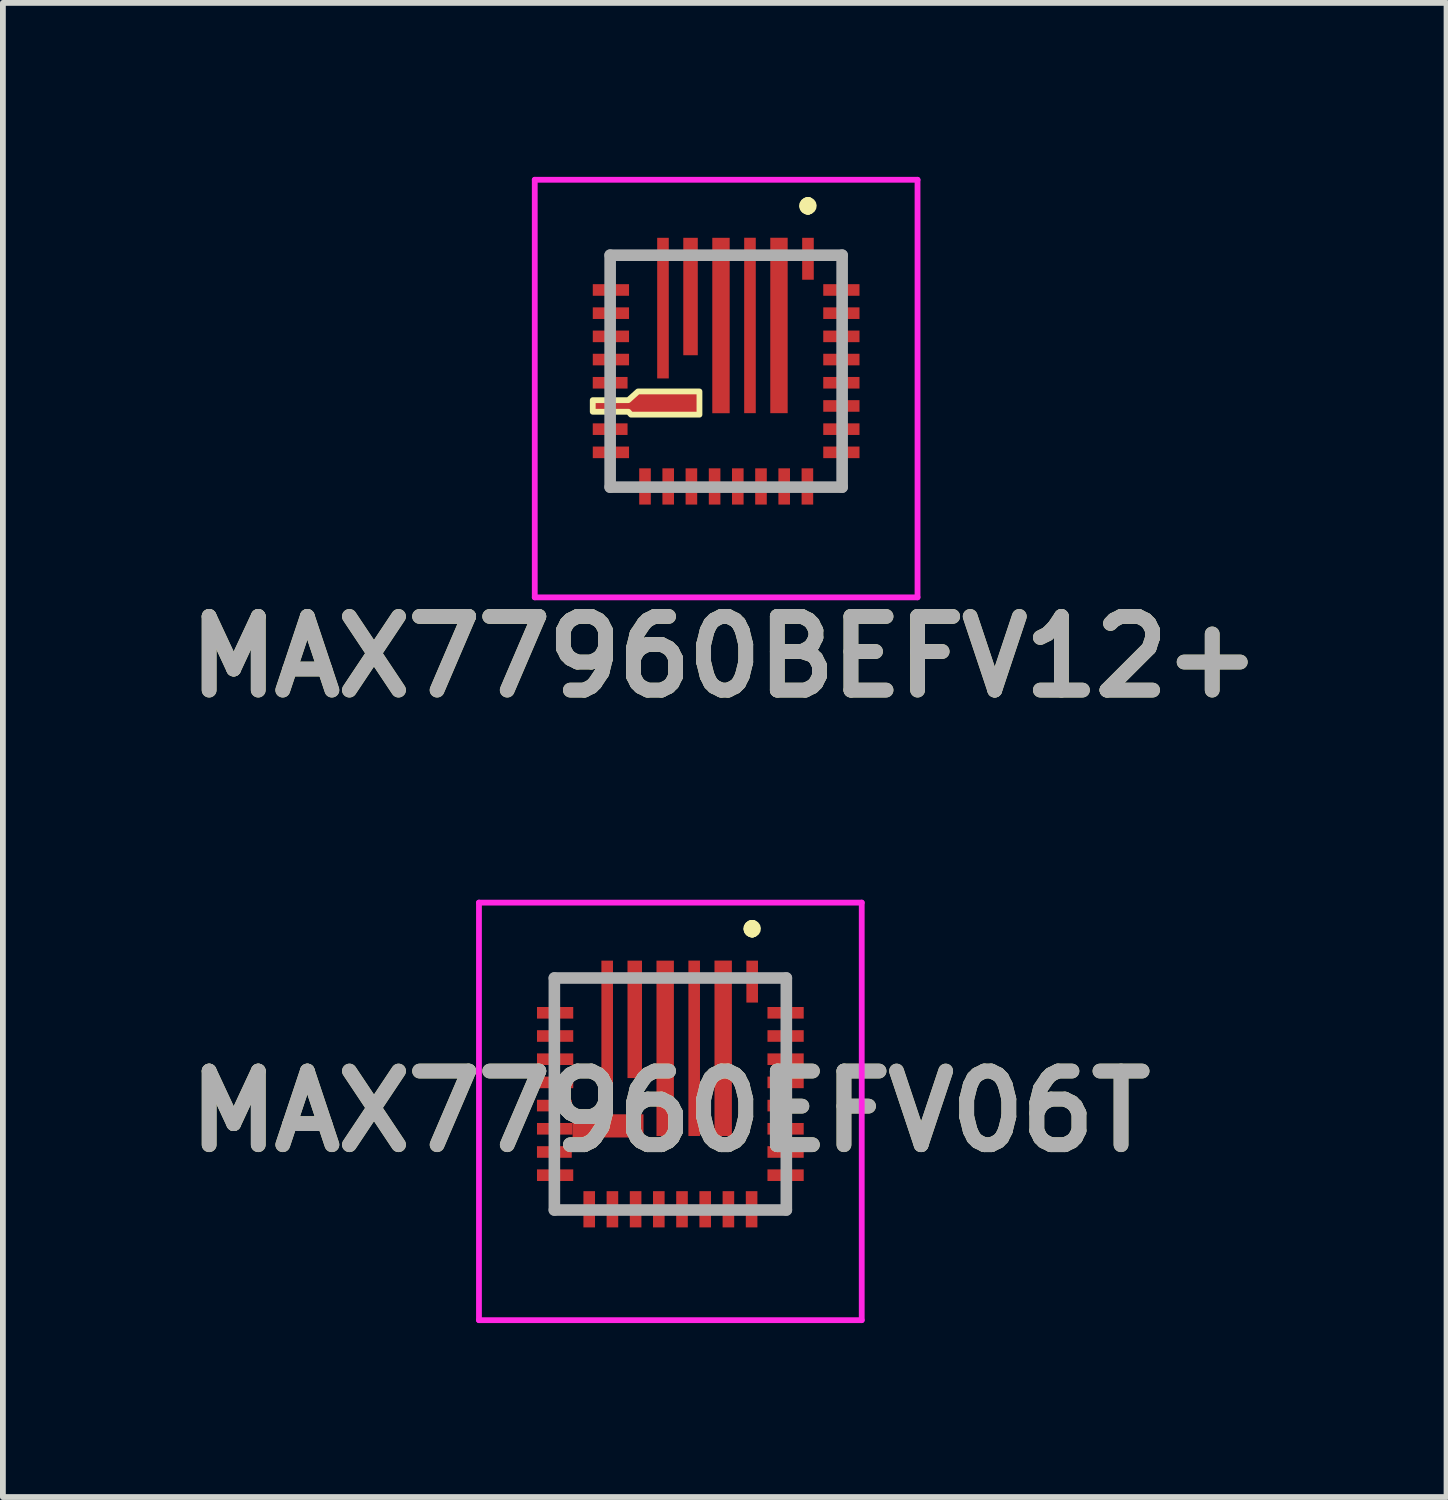
<source format=kicad_pcb>
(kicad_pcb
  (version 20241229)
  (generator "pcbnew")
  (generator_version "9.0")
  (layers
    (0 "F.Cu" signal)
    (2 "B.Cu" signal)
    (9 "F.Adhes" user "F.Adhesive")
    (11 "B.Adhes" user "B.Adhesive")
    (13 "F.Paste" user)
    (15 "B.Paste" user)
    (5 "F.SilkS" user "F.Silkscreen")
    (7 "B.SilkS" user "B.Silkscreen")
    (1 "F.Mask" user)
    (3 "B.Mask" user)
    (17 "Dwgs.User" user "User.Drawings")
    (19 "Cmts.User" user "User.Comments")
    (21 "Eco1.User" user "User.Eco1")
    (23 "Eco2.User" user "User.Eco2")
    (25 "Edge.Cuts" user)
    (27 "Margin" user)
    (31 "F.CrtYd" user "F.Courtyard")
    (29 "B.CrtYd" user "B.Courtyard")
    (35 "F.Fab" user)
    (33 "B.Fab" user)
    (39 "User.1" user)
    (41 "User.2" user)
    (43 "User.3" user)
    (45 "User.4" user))
  (footprint "MAX77960BEFV12+"
    (layer "F.Cu")
    (at 9.471 3.35)
    (property "Reference" "MAX77960BEFV12+" (at -0.025 4.925 0) (layer "F.SilkS") (effects (font (size 1.27 1.27) (thickness 0.254))))
    (attr smd)
    (fp_line (start -2 -2) (end -2 -2) (stroke (width 0.1) (type solid)) (layer "F.SilkS"))
    (fp_line (start -2 -2) (end -1.75 -2) (stroke (width 0.1) (type solid)) (layer "F.SilkS"))
    (fp_line (start -1.75 -2) (end -2 -2) (stroke (width 0.1) (type solid)) (layer "F.SilkS"))
    (fp_line (start -1.75 -2) (end -1.75 -2) (stroke (width 0.1) (type solid)) (layer "F.SilkS"))
    (fp_line (start 1.411 -2.9) (end 1.411 -2.9) (stroke (width 0.2) (type solid)) (layer "F.SilkS"))
    (fp_line (start 1.411 -2.9) (end 1.411 -2.9) (stroke (width 0.2) (type solid)) (layer "F.SilkS"))
    (fp_line (start 1.411 -2.8) (end 1.411 -2.8) (stroke (width 0.2) (type solid)) (layer "F.SilkS"))
    (fp_arc (start 1.411 -2.9) (mid 1.461 -2.85) (end 1.411 -2.8) (stroke (width 0.2) (type solid)) (layer "F.SilkS"))
    (fp_arc (start 1.411 -2.8) (mid 1.361 -2.85) (end 1.411 -2.9) (stroke (width 0.2) (type solid)) (layer "F.SilkS"))
    (fp_arc (start 1.411 -2.8) (mid 1.361 -2.85) (end 1.411 -2.9) (stroke (width 0.2) (type solid)) (layer "F.SilkS"))
    (fp_poly (pts (xy -0.46 0.75) (xy -1.64 0.75) (xy -1.685 0.7) (xy -2.3 0.7) (xy -2.3 0.5) (xy -1.687 0.5) (xy -1.52 0.35) (xy -0.46 0.35)) (stroke (width 0.1) (type solid)) (fill no) (layer "F.SilkS"))
    (fp_line (start -3.3 -3.3) (end 3.3 -3.3) (stroke (width 0.1) (type solid)) (layer "F.CrtYd"))
    (fp_line (start -3.3 3.9) (end -3.3 -3.3) (stroke (width 0.1) (type solid)) (layer "F.CrtYd"))
    (fp_line (start 3.3 -3.3) (end 3.3 3.9) (stroke (width 0.1) (type solid)) (layer "F.CrtYd"))
    (fp_line (start 3.3 3.9) (end -3.3 3.9) (stroke (width 0.1) (type solid)) (layer "F.CrtYd"))
    (fp_line (start -2 -2) (end -2 2) (stroke (width 0.2) (type solid)) (layer "F.Fab"))
    (fp_line (start -2 2) (end 2 2) (stroke (width 0.2) (type solid)) (layer "F.Fab"))
    (fp_line (start 2 -2) (end -2 -2) (stroke (width 0.2) (type solid)) (layer "F.Fab"))
    (fp_line (start 2 2) (end 2 -2) (stroke (width 0.2) (type solid)) (layer "F.Fab"))
    (fp_text user "${REFERENCE}" (at -0.025 4.925 0) (layer "F.Fab") (effects (font (size 1.27 1.27) (thickness 0.254))))
    (pad "1" smd rect (at 1.411 -1.938) (size 0.2 0.723) (layers "F.Cu" "F.Mask" "F.Paste"))
    (pad "2" smd rect (at 0.911 -0.788) (size 0.3 3.025) (layers "F.Cu" "F.Mask" "F.Paste"))
    (pad "3" smd rect (at 0.411 -0.788) (size 0.2 3.025) (layers "F.Cu" "F.Mask" "F.Paste"))
    (pad "4" smd rect (at -0.089 -0.787) (size 0.3 3.025) (layers "F.Cu" "F.Mask" "F.Paste"))
    (pad "5" smd rect (at -0.614 -1.287) (size 0.25 2.025) (layers "F.Cu" "F.Mask" "F.Paste"))
    (pad "6" smd rect (at -1.089 -1.087) (size 0.2 2.425) (layers "F.Cu" "F.Mask" "F.Paste"))
    (pad "7" smd rect (at -1.987 -1.4 90) (size 0.2 0.625) (layers "F.Cu" "F.Mask" "F.Paste"))
    (pad "8" smd rect (at -1.987 -1 90) (size 0.2 0.625) (layers "F.Cu" "F.Mask" "F.Paste"))
    (pad "9" smd rect (at -1.987 -0.6 90) (size 0.2 0.625) (layers "F.Cu" "F.Mask" "F.Paste"))
    (pad "10" smd rect (at -1.987 -0.2 90) (size 0.2 0.625) (layers "F.Cu" "F.Mask" "F.Paste"))
    (pad "11" smd rect (at -2 0.2 90) (size 0.2 0.6) (layers "F.Cu" "F.Mask" "F.Paste"))
    (pad "12" smd custom (at -1.49 0.5) (size 0.025 0.025) (layers "F.Cu" "F.Mask" "F.Paste") (options (anchor rect)) (primitives (gr_poly (pts (xy 1.026 0.25) (xy -0.153 0.25) (xy -0.199 0.2) (xy -0.814 0.2) (xy -0.814 0) (xy -0.2 0) (xy -0.034 -0.15) (xy 1.026 -0.15)) (width 0.001) (fill yes))))
    (pad "13" smd rect (at -2 1 90) (size 0.2 0.6) (layers "F.Cu" "F.Mask" "F.Paste"))
    (pad "14" smd rect (at -1.987 1.4 90) (size 0.2 0.625) (layers "F.Cu" "F.Mask" "F.Paste"))
    (pad "15" smd rect (at -1.399 1.988) (size 0.2 0.625) (layers "F.Cu" "F.Mask" "F.Paste"))
    (pad "16" smd rect (at -0.999 1.988) (size 0.2 0.625) (layers "F.Cu" "F.Mask" "F.Paste"))
    (pad "17" smd rect (at -0.599 1.988) (size 0.2 0.625) (layers "F.Cu" "F.Mask" "F.Paste"))
    (pad "18" smd rect (at -0.199 1.988) (size 0.2 0.625) (layers "F.Cu" "F.Mask" "F.Paste"))
    (pad "19" smd rect (at 0.201 1.988) (size 0.2 0.625) (layers "F.Cu" "F.Mask" "F.Paste"))
    (pad "20" smd rect (at 0.601 1.988) (size 0.2 0.625) (layers "F.Cu" "F.Mask" "F.Paste"))
    (pad "21" smd rect (at 1.001 1.988) (size 0.2 0.625) (layers "F.Cu" "F.Mask" "F.Paste"))
    (pad "22" smd rect (at 1.401 1.988) (size 0.2 0.625) (layers "F.Cu" "F.Mask" "F.Paste"))
    (pad "23" smd rect (at 1.987 1.4 90) (size 0.2 0.625) (layers "F.Cu" "F.Mask" "F.Paste"))
    (pad "24" smd rect (at 1.987 1 90) (size 0.2 0.625) (layers "F.Cu" "F.Mask" "F.Paste"))
    (pad "25" smd rect (at 1.987 0.6 90) (size 0.2 0.625) (layers "F.Cu" "F.Mask" "F.Paste"))
    (pad "26" smd rect (at 1.987 0.2 90) (size 0.2 0.625) (layers "F.Cu" "F.Mask" "F.Paste"))
    (pad "27" smd rect (at 1.987 -0.2 90) (size 0.2 0.625) (layers "F.Cu" "F.Mask" "F.Paste"))
    (pad "28" smd rect (at 1.987 -0.6 90) (size 0.2 0.625) (layers "F.Cu" "F.Mask" "F.Paste"))
    (pad "29" smd rect (at 1.987 -1 90) (size 0.2 0.625) (layers "F.Cu" "F.Mask" "F.Paste"))
    (pad "30" smd rect (at 1.987 -1.4 90) (size 0.2 0.625) (layers "F.Cu" "F.Mask" "F.Paste")))
  (footprint "MAX77960EFV06T"
    (layer "F.Cu")
    (at 8.509 15.814)
    (property "Reference" "MAX77960EFV06T" (at 0 0.3 0) (layer "F.SilkS") (effects (font (size 1.27 1.27) (thickness 0.254))))
    (attr smd)
    (fp_line (start -2 -2) (end -2 -2) (stroke (width 0.1) (type solid)) (layer "F.SilkS"))
    (fp_line (start -2 -2) (end -1.75 -2) (stroke (width 0.1) (type solid)) (layer "F.SilkS"))
    (fp_line (start -1.75 -2) (end -2 -2) (stroke (width 0.1) (type solid)) (layer "F.SilkS"))
    (fp_line (start -1.75 -2) (end -1.75 -2) (stroke (width 0.1) (type solid)) (layer "F.SilkS"))
    (fp_line (start 1.411 -2.9) (end 1.411 -2.9) (stroke (width 0.2) (type solid)) (layer "F.SilkS"))
    (fp_line (start 1.411 -2.9) (end 1.411 -2.9) (stroke (width 0.2) (type solid)) (layer "F.SilkS"))
    (fp_line (start 1.411 -2.8) (end 1.411 -2.8) (stroke (width 0.2) (type solid)) (layer "F.SilkS"))
    (fp_arc (start 1.411 -2.9) (mid 1.461 -2.85) (end 1.411 -2.8) (stroke (width 0.2) (type solid)) (layer "F.SilkS"))
    (fp_arc (start 1.411 -2.8) (mid 1.361 -2.85) (end 1.411 -2.9) (stroke (width 0.2) (type solid)) (layer "F.SilkS"))
    (fp_arc (start 1.411 -2.8) (mid 1.361 -2.85) (end 1.411 -2.9) (stroke (width 0.2) (type solid)) (layer "F.SilkS"))
    (fp_line (start -3.3 -3.3) (end 3.3 -3.3) (stroke (width 0.1) (type solid)) (layer "F.CrtYd"))
    (fp_line (start -3.3 3.9) (end -3.3 -3.3) (stroke (width 0.1) (type solid)) (layer "F.CrtYd"))
    (fp_line (start 3.3 -3.3) (end 3.3 3.9) (stroke (width 0.1) (type solid)) (layer "F.CrtYd"))
    (fp_line (start 3.3 3.9) (end -3.3 3.9) (stroke (width 0.1) (type solid)) (layer "F.CrtYd"))
    (fp_line (start -2 -2) (end -2 2) (stroke (width 0.2) (type solid)) (layer "F.Fab"))
    (fp_line (start -2 2) (end 2 2) (stroke (width 0.2) (type solid)) (layer "F.Fab"))
    (fp_line (start 2 -2) (end -2 -2) (stroke (width 0.2) (type solid)) (layer "F.Fab"))
    (fp_line (start 2 2) (end 2 -2) (stroke (width 0.2) (type solid)) (layer "F.Fab"))
    (fp_text user "${REFERENCE}" (at 0 0.3 0) (layer "F.Fab") (effects (font (size 1.27 1.27) (thickness 0.254))))
    (pad "1" smd rect (at 1.411 -1.938) (size 0.2 0.723) (layers "F.Cu" "F.Mask" "F.Paste"))
    (pad "2" smd rect (at 0.911 -0.788) (size 0.3 3.025) (layers "F.Cu" "F.Mask" "F.Paste"))
    (pad "3" smd rect (at 0.411 -0.788) (size 0.2 3.025) (layers "F.Cu" "F.Mask" "F.Paste"))
    (pad "4" smd rect (at -0.089 -0.787) (size 0.3 3.025) (layers "F.Cu" "F.Mask" "F.Paste"))
    (pad "5" smd rect (at -0.614 -1.287) (size 0.25 2.025) (layers "F.Cu" "F.Mask" "F.Paste"))
    (pad "6" smd rect (at -1.089 -1.087) (size 0.2 2.425) (layers "F.Cu" "F.Mask" "F.Paste"))
    (pad "7" smd rect (at -1.987 -1.4 90) (size 0.2 0.625) (layers "F.Cu" "F.Mask" "F.Paste"))
    (pad "8" smd rect (at -1.987 -1 90) (size 0.2 0.625) (layers "F.Cu" "F.Mask" "F.Paste"))
    (pad "9" smd rect (at -1.987 -0.6 90) (size 0.2 0.625) (layers "F.Cu" "F.Mask" "F.Paste"))
    (pad "10" smd rect (at -1.987 -0.2 90) (size 0.2 0.625) (layers "F.Cu" "F.Mask" "F.Paste"))
    (pad "11" smd rect (at -2 0.2 90) (size 0.2 0.6) (layers "F.Cu" "F.Mask" "F.Paste"))
    (pad "12" smd rect (at -1.993 0.6 90) (size 0.2 0.613) (layers "F.Cu" "F.Mask" "F.Paste"))
    (pad "13" smd rect (at -2 1 90) (size 0.2 0.6) (layers "F.Cu" "F.Mask" "F.Paste"))
    (pad "14" smd rect (at -1.987 1.4 90) (size 0.2 0.625) (layers "F.Cu" "F.Mask" "F.Paste"))
    (pad "15" smd rect (at -1.399 1.988) (size 0.2 0.625) (layers "F.Cu" "F.Mask" "F.Paste"))
    (pad "16" smd rect (at -0.999 1.988) (size 0.2 0.625) (layers "F.Cu" "F.Mask" "F.Paste"))
    (pad "17" smd rect (at -0.599 1.988) (size 0.2 0.625) (layers "F.Cu" "F.Mask" "F.Paste"))
    (pad "18" smd rect (at -0.199 1.988) (size 0.2 0.625) (layers "F.Cu" "F.Mask" "F.Paste"))
    (pad "19" smd rect (at 0.201 1.988) (size 0.2 0.625) (layers "F.Cu" "F.Mask" "F.Paste"))
    (pad "20" smd rect (at 0.601 1.988) (size 0.2 0.625) (layers "F.Cu" "F.Mask" "F.Paste"))
    (pad "21" smd rect (at 1.001 1.988) (size 0.2 0.625) (layers "F.Cu" "F.Mask" "F.Paste"))
    (pad "22" smd rect (at 1.401 1.988) (size 0.2 0.625) (layers "F.Cu" "F.Mask" "F.Paste"))
    (pad "23" smd rect (at 1.987 1.4 90) (size 0.2 0.625) (layers "F.Cu" "F.Mask" "F.Paste"))
    (pad "24" smd rect (at 1.987 1 90) (size 0.2 0.625) (layers "F.Cu" "F.Mask" "F.Paste"))
    (pad "25" smd rect (at 1.987 0.6 90) (size 0.2 0.625) (layers "F.Cu" "F.Mask" "F.Paste"))
    (pad "26" smd rect (at 1.987 0.2 90) (size 0.2 0.625) (layers "F.Cu" "F.Mask" "F.Paste"))
    (pad "27" smd rect (at 1.987 -0.2 90) (size 0.2 0.625) (layers "F.Cu" "F.Mask" "F.Paste"))
    (pad "28" smd rect (at 1.987 -0.6 90) (size 0.2 0.625) (layers "F.Cu" "F.Mask" "F.Paste"))
    (pad "29" smd rect (at 1.987 -1 90) (size 0.2 0.625) (layers "F.Cu" "F.Mask" "F.Paste"))
    (pad "30" smd rect (at 1.987 -1.4 90) (size 0.2 0.625) (layers "F.Cu" "F.Mask" "F.Paste"))
    (pad "31" smd rect (at -1.074 0.55 90) (size 0.4 1.222) (layers "F.Cu" "F.Mask" "F.Paste")))
  (gr_rect
    (start -3 -3)
    (end 21.893 22.764)
    (stroke (width 0.1) (type default))
    (fill no)
    (layer "Edge.Cuts")))
</source>
